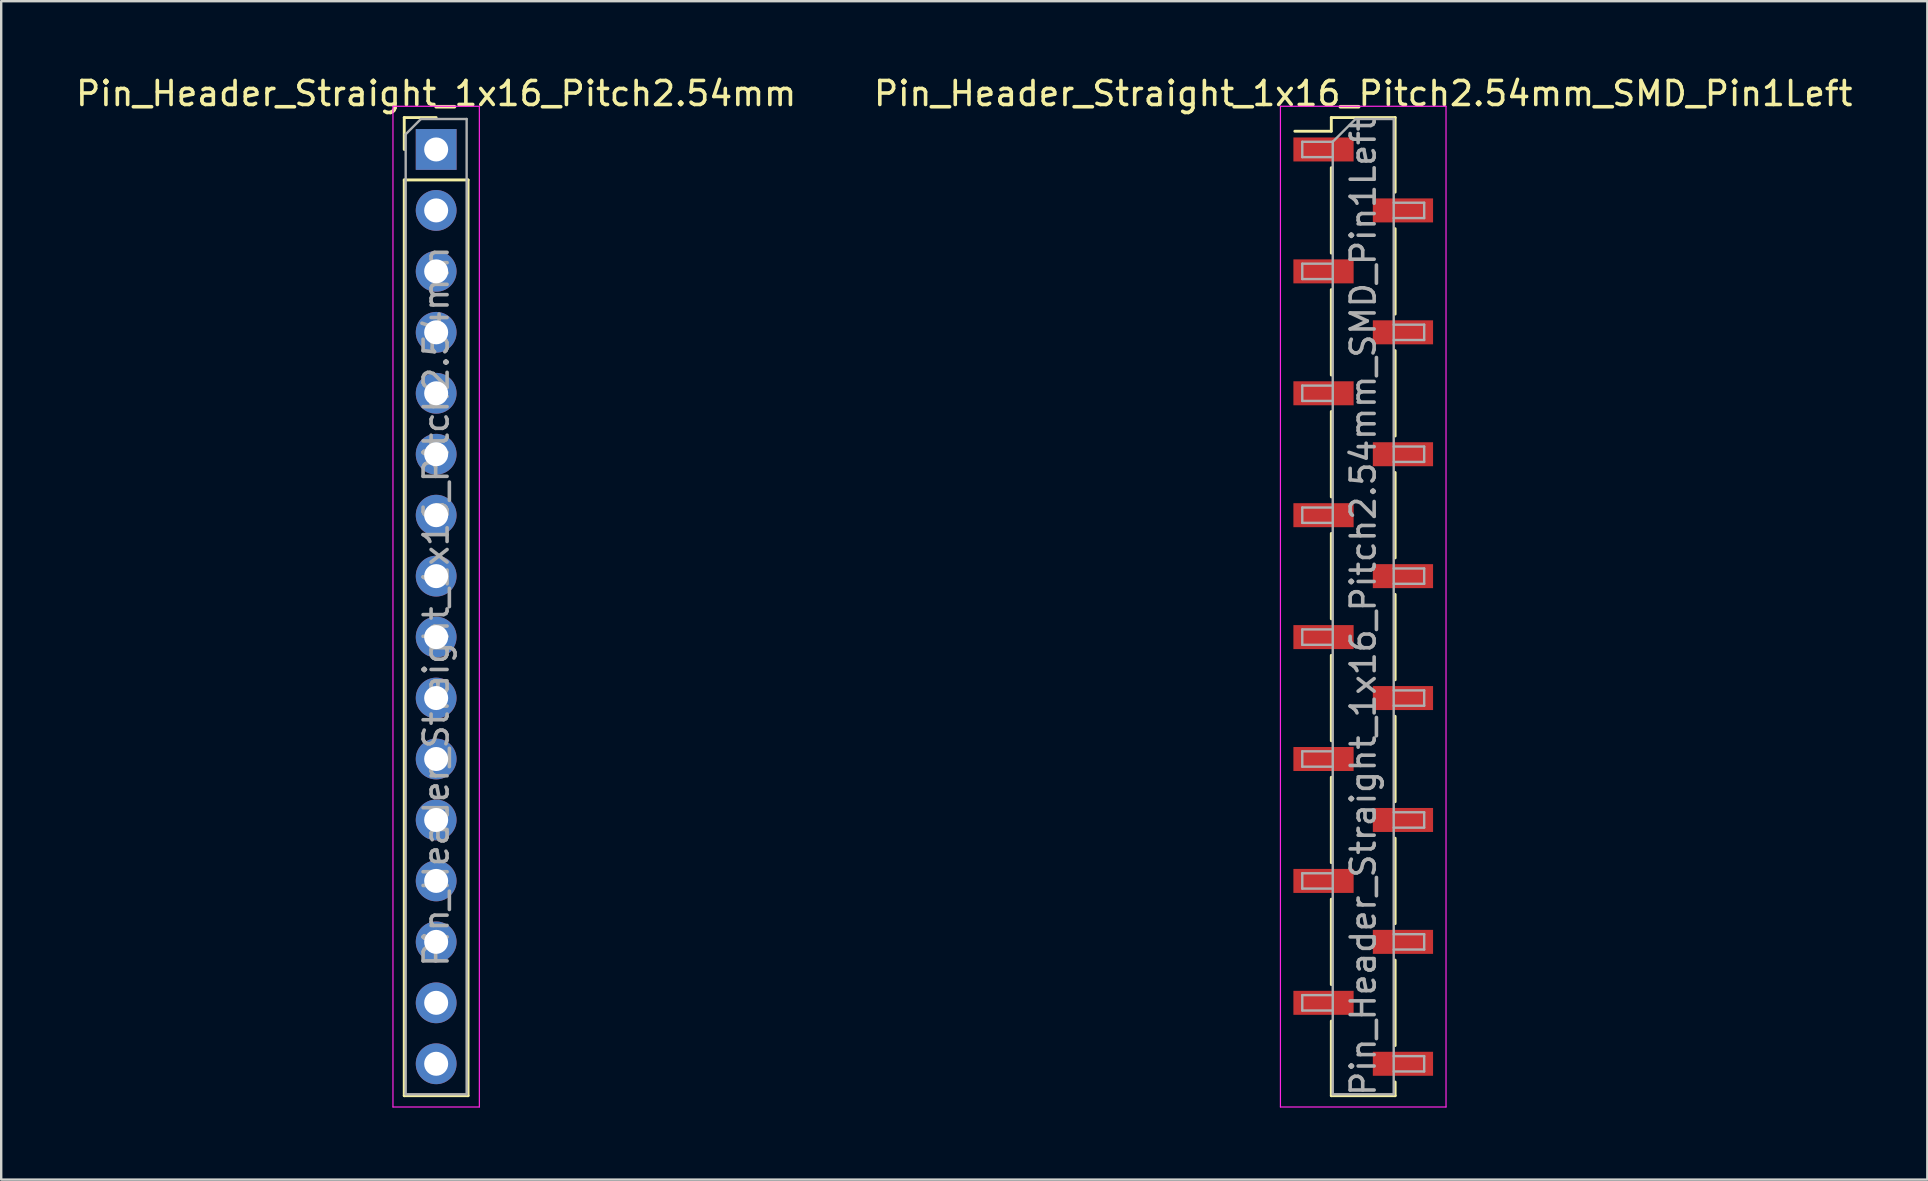
<source format=kicad_pcb>
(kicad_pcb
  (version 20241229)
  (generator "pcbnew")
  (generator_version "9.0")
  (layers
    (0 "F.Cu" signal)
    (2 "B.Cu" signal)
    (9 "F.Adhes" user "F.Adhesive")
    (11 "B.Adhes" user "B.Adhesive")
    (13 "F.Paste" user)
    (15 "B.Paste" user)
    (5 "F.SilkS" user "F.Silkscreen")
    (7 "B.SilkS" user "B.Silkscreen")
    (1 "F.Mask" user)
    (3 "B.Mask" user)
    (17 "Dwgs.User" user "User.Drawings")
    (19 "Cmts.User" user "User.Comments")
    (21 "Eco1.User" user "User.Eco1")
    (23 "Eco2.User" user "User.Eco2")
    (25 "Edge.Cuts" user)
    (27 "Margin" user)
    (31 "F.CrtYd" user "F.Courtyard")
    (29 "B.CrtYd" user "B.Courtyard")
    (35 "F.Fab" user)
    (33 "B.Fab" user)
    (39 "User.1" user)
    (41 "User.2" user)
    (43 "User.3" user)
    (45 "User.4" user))
  (footprint "Pin_Header_Straight_1x16_Pitch2.54mm_SMD_Pin1Left"
    (layer "F.Cu")
    (at 53.756 22.228)
    (property "Reference" "Pin_Header_Straight_1x16_Pitch2.54mm_SMD_Pin1Left" (at 0 -21.38 0) (layer "F.SilkS") (effects (font (size 1 1) (thickness 0.15))))
    (attr smd)
    (fp_line (start -1.33 -20.38) (end -1.33 -19.81) (stroke (width 0.12) (type solid)) (layer "F.SilkS"))
    (fp_line (start -1.33 -20.38) (end 1.33 -20.38) (stroke (width 0.12) (type solid)) (layer "F.SilkS"))
    (fp_line (start -1.33 -19.81) (end -2.85 -19.81) (stroke (width 0.12) (type solid)) (layer "F.SilkS"))
    (fp_line (start -1.33 -18.29) (end -1.33 -14.73) (stroke (width 0.12) (type solid)) (layer "F.SilkS"))
    (fp_line (start -1.33 -13.21) (end -1.33 -9.65) (stroke (width 0.12) (type solid)) (layer "F.SilkS"))
    (fp_line (start -1.33 -8.13) (end -1.33 -4.57) (stroke (width 0.12) (type solid)) (layer "F.SilkS"))
    (fp_line (start -1.33 -3.05) (end -1.33 0.51) (stroke (width 0.12) (type solid)) (layer "F.SilkS"))
    (fp_line (start -1.33 2.03) (end -1.33 5.59) (stroke (width 0.12) (type solid)) (layer "F.SilkS"))
    (fp_line (start -1.33 7.11) (end -1.33 10.67) (stroke (width 0.12) (type solid)) (layer "F.SilkS"))
    (fp_line (start -1.33 12.19) (end -1.33 15.75) (stroke (width 0.12) (type solid)) (layer "F.SilkS"))
    (fp_line (start -1.33 17.27) (end -1.33 20.38) (stroke (width 0.12) (type solid)) (layer "F.SilkS"))
    (fp_line (start -1.33 20.38) (end 1.33 20.38) (stroke (width 0.12) (type solid)) (layer "F.SilkS"))
    (fp_line (start 1.33 -20.38) (end 1.33 -17.27) (stroke (width 0.12) (type solid)) (layer "F.SilkS"))
    (fp_line (start 1.33 -15.75) (end 1.33 -12.19) (stroke (width 0.12) (type solid)) (layer "F.SilkS"))
    (fp_line (start 1.33 -10.67) (end 1.33 -7.11) (stroke (width 0.12) (type solid)) (layer "F.SilkS"))
    (fp_line (start 1.33 -5.59) (end 1.33 -2.03) (stroke (width 0.12) (type solid)) (layer "F.SilkS"))
    (fp_line (start 1.33 -0.51) (end 1.33 3.05) (stroke (width 0.12) (type solid)) (layer "F.SilkS"))
    (fp_line (start 1.33 4.57) (end 1.33 8.13) (stroke (width 0.12) (type solid)) (layer "F.SilkS"))
    (fp_line (start 1.33 9.65) (end 1.33 13.21) (stroke (width 0.12) (type solid)) (layer "F.SilkS"))
    (fp_line (start 1.33 14.73) (end 1.33 18.29) (stroke (width 0.12) (type solid)) (layer "F.SilkS"))
    (fp_line (start 1.33 19.81) (end 1.33 20.38) (stroke (width 0.12) (type solid)) (layer "F.SilkS"))
    (fp_line (start -3.45 -20.85) (end -3.45 20.85) (stroke (width 0.05) (type solid)) (layer "F.CrtYd"))
    (fp_line (start -3.45 20.85) (end 3.45 20.85) (stroke (width 0.05) (type solid)) (layer "F.CrtYd"))
    (fp_line (start 3.45 -20.85) (end -3.45 -20.85) (stroke (width 0.05) (type solid)) (layer "F.CrtYd"))
    (fp_line (start 3.45 20.85) (end 3.45 -20.85) (stroke (width 0.05) (type solid)) (layer "F.CrtYd"))
    (fp_line (start -2.54 -19.37) (end -2.54 -18.73) (stroke (width 0.1) (type solid)) (layer "F.Fab"))
    (fp_line (start -2.54 -18.73) (end -1.27 -18.73) (stroke (width 0.1) (type solid)) (layer "F.Fab"))
    (fp_line (start -2.54 -14.29) (end -2.54 -13.65) (stroke (width 0.1) (type solid)) (layer "F.Fab"))
    (fp_line (start -2.54 -13.65) (end -1.27 -13.65) (stroke (width 0.1) (type solid)) (layer "F.Fab"))
    (fp_line (start -2.54 -9.21) (end -2.54 -8.57) (stroke (width 0.1) (type solid)) (layer "F.Fab"))
    (fp_line (start -2.54 -8.57) (end -1.27 -8.57) (stroke (width 0.1) (type solid)) (layer "F.Fab"))
    (fp_line (start -2.54 -4.13) (end -2.54 -3.49) (stroke (width 0.1) (type solid)) (layer "F.Fab"))
    (fp_line (start -2.54 -3.49) (end -1.27 -3.49) (stroke (width 0.1) (type solid)) (layer "F.Fab"))
    (fp_line (start -2.54 0.95) (end -2.54 1.59) (stroke (width 0.1) (type solid)) (layer "F.Fab"))
    (fp_line (start -2.54 1.59) (end -1.27 1.59) (stroke (width 0.1) (type solid)) (layer "F.Fab"))
    (fp_line (start -2.54 6.03) (end -2.54 6.67) (stroke (width 0.1) (type solid)) (layer "F.Fab"))
    (fp_line (start -2.54 6.67) (end -1.27 6.67) (stroke (width 0.1) (type solid)) (layer "F.Fab"))
    (fp_line (start -2.54 11.11) (end -2.54 11.75) (stroke (width 0.1) (type solid)) (layer "F.Fab"))
    (fp_line (start -2.54 11.75) (end -1.27 11.75) (stroke (width 0.1) (type solid)) (layer "F.Fab"))
    (fp_line (start -2.54 16.19) (end -2.54 16.83) (stroke (width 0.1) (type solid)) (layer "F.Fab"))
    (fp_line (start -2.54 16.83) (end -1.27 16.83) (stroke (width 0.1) (type solid)) (layer "F.Fab"))
    (fp_line (start -1.27 -19.37) (end -2.54 -19.37) (stroke (width 0.1) (type solid)) (layer "F.Fab"))
    (fp_line (start -1.27 -19.37) (end -0.32 -20.32) (stroke (width 0.1) (type solid)) (layer "F.Fab"))
    (fp_line (start -1.27 -14.29) (end -2.54 -14.29) (stroke (width 0.1) (type solid)) (layer "F.Fab"))
    (fp_line (start -1.27 -9.21) (end -2.54 -9.21) (stroke (width 0.1) (type solid)) (layer "F.Fab"))
    (fp_line (start -1.27 -4.13) (end -2.54 -4.13) (stroke (width 0.1) (type solid)) (layer "F.Fab"))
    (fp_line (start -1.27 0.95) (end -2.54 0.95) (stroke (width 0.1) (type solid)) (layer "F.Fab"))
    (fp_line (start -1.27 6.03) (end -2.54 6.03) (stroke (width 0.1) (type solid)) (layer "F.Fab"))
    (fp_line (start -1.27 11.11) (end -2.54 11.11) (stroke (width 0.1) (type solid)) (layer "F.Fab"))
    (fp_line (start -1.27 16.19) (end -2.54 16.19) (stroke (width 0.1) (type solid)) (layer "F.Fab"))
    (fp_line (start -1.27 20.32) (end -1.27 -19.37) (stroke (width 0.1) (type solid)) (layer "F.Fab"))
    (fp_line (start -0.32 -20.32) (end 1.27 -20.32) (stroke (width 0.1) (type solid)) (layer "F.Fab"))
    (fp_line (start 1.27 -20.32) (end 1.27 20.32) (stroke (width 0.1) (type solid)) (layer "F.Fab"))
    (fp_line (start 1.27 -16.83) (end 2.54 -16.83) (stroke (width 0.1) (type solid)) (layer "F.Fab"))
    (fp_line (start 1.27 -11.75) (end 2.54 -11.75) (stroke (width 0.1) (type solid)) (layer "F.Fab"))
    (fp_line (start 1.27 -6.67) (end 2.54 -6.67) (stroke (width 0.1) (type solid)) (layer "F.Fab"))
    (fp_line (start 1.27 -1.59) (end 2.54 -1.59) (stroke (width 0.1) (type solid)) (layer "F.Fab"))
    (fp_line (start 1.27 3.49) (end 2.54 3.49) (stroke (width 0.1) (type solid)) (layer "F.Fab"))
    (fp_line (start 1.27 8.57) (end 2.54 8.57) (stroke (width 0.1) (type solid)) (layer "F.Fab"))
    (fp_line (start 1.27 13.65) (end 2.54 13.65) (stroke (width 0.1) (type solid)) (layer "F.Fab"))
    (fp_line (start 1.27 18.73) (end 2.54 18.73) (stroke (width 0.1) (type solid)) (layer "F.Fab"))
    (fp_line (start 1.27 20.32) (end -1.27 20.32) (stroke (width 0.1) (type solid)) (layer "F.Fab"))
    (fp_line (start 2.54 -16.83) (end 2.54 -16.19) (stroke (width 0.1) (type solid)) (layer "F.Fab"))
    (fp_line (start 2.54 -16.19) (end 1.27 -16.19) (stroke (width 0.1) (type solid)) (layer "F.Fab"))
    (fp_line (start 2.54 -11.75) (end 2.54 -11.11) (stroke (width 0.1) (type solid)) (layer "F.Fab"))
    (fp_line (start 2.54 -11.11) (end 1.27 -11.11) (stroke (width 0.1) (type solid)) (layer "F.Fab"))
    (fp_line (start 2.54 -6.67) (end 2.54 -6.03) (stroke (width 0.1) (type solid)) (layer "F.Fab"))
    (fp_line (start 2.54 -6.03) (end 1.27 -6.03) (stroke (width 0.1) (type solid)) (layer "F.Fab"))
    (fp_line (start 2.54 -1.59) (end 2.54 -0.95) (stroke (width 0.1) (type solid)) (layer "F.Fab"))
    (fp_line (start 2.54 -0.95) (end 1.27 -0.95) (stroke (width 0.1) (type solid)) (layer "F.Fab"))
    (fp_line (start 2.54 3.49) (end 2.54 4.13) (stroke (width 0.1) (type solid)) (layer "F.Fab"))
    (fp_line (start 2.54 4.13) (end 1.27 4.13) (stroke (width 0.1) (type solid)) (layer "F.Fab"))
    (fp_line (start 2.54 8.57) (end 2.54 9.21) (stroke (width 0.1) (type solid)) (layer "F.Fab"))
    (fp_line (start 2.54 9.21) (end 1.27 9.21) (stroke (width 0.1) (type solid)) (layer "F.Fab"))
    (fp_line (start 2.54 13.65) (end 2.54 14.29) (stroke (width 0.1) (type solid)) (layer "F.Fab"))
    (fp_line (start 2.54 14.29) (end 1.27 14.29) (stroke (width 0.1) (type solid)) (layer "F.Fab"))
    (fp_line (start 2.54 18.73) (end 2.54 19.37) (stroke (width 0.1) (type solid)) (layer "F.Fab"))
    (fp_line (start 2.54 19.37) (end 1.27 19.37) (stroke (width 0.1) (type solid)) (layer "F.Fab"))
    (fp_text user "${REFERENCE}" (at 0 0 90) (layer "F.Fab") (effects (font (size 1 1) (thickness 0.15))))
    (pad "1" smd rect (at -1.655 -19.05) (size 2.51 1) (layers "F.Cu" "F.Mask" "F.Paste"))
    (pad "2" smd rect (at 1.655 -16.51) (size 2.51 1) (layers "F.Cu" "F.Mask" "F.Paste"))
    (pad "3" smd rect (at -1.655 -13.97) (size 2.51 1) (layers "F.Cu" "F.Mask" "F.Paste"))
    (pad "4" smd rect (at 1.655 -11.43) (size 2.51 1) (layers "F.Cu" "F.Mask" "F.Paste"))
    (pad "5" smd rect (at -1.655 -8.89) (size 2.51 1) (layers "F.Cu" "F.Mask" "F.Paste"))
    (pad "6" smd rect (at 1.655 -6.35) (size 2.51 1) (layers "F.Cu" "F.Mask" "F.Paste"))
    (pad "7" smd rect (at -1.655 -3.81) (size 2.51 1) (layers "F.Cu" "F.Mask" "F.Paste"))
    (pad "8" smd rect (at 1.655 -1.27) (size 2.51 1) (layers "F.Cu" "F.Mask" "F.Paste"))
    (pad "9" smd rect (at -1.655 1.27) (size 2.51 1) (layers "F.Cu" "F.Mask" "F.Paste"))
    (pad "10" smd rect (at 1.655 3.81) (size 2.51 1) (layers "F.Cu" "F.Mask" "F.Paste"))
    (pad "11" smd rect (at -1.655 6.35) (size 2.51 1) (layers "F.Cu" "F.Mask" "F.Paste"))
    (pad "12" smd rect (at 1.655 8.89) (size 2.51 1) (layers "F.Cu" "F.Mask" "F.Paste"))
    (pad "13" smd rect (at -1.655 11.43) (size 2.51 1) (layers "F.Cu" "F.Mask" "F.Paste"))
    (pad "14" smd rect (at 1.655 13.97) (size 2.51 1) (layers "F.Cu" "F.Mask" "F.Paste"))
    (pad "15" smd rect (at -1.655 16.51) (size 2.51 1) (layers "F.Cu" "F.Mask" "F.Paste"))
    (pad "16" smd rect (at 1.655 19.05) (size 2.51 1) (layers "F.Cu" "F.Mask" "F.Paste")))
  (footprint "Pin_Header_Straight_1x16_Pitch2.54mm"
    (layer "F.Cu")
    (at 15.125 3.178)
    (property "Reference" "Pin_Header_Straight_1x16_Pitch2.54mm" (at 0 -2.33 0) (layer "F.SilkS") (effects (font (size 1 1) (thickness 0.15))))
    (attr through_hole)
    (fp_line (start -1.33 -1.33) (end 0 -1.33) (stroke (width 0.12) (type solid)) (layer "F.SilkS"))
    (fp_line (start -1.33 0) (end -1.33 -1.33) (stroke (width 0.12) (type solid)) (layer "F.SilkS"))
    (fp_line (start -1.33 1.27) (end -1.33 39.43) (stroke (width 0.12) (type solid)) (layer "F.SilkS"))
    (fp_line (start -1.33 1.27) (end 1.33 1.27) (stroke (width 0.12) (type solid)) (layer "F.SilkS"))
    (fp_line (start -1.33 39.43) (end 1.33 39.43) (stroke (width 0.12) (type solid)) (layer "F.SilkS"))
    (fp_line (start 1.33 1.27) (end 1.33 39.43) (stroke (width 0.12) (type solid)) (layer "F.SilkS"))
    (fp_line (start -1.8 -1.8) (end -1.8 39.9) (stroke (width 0.05) (type solid)) (layer "F.CrtYd"))
    (fp_line (start -1.8 39.9) (end 1.8 39.9) (stroke (width 0.05) (type solid)) (layer "F.CrtYd"))
    (fp_line (start 1.8 -1.8) (end -1.8 -1.8) (stroke (width 0.05) (type solid)) (layer "F.CrtYd"))
    (fp_line (start 1.8 39.9) (end 1.8 -1.8) (stroke (width 0.05) (type solid)) (layer "F.CrtYd"))
    (fp_line (start -1.27 -0.635) (end -0.635 -1.27) (stroke (width 0.1) (type solid)) (layer "F.Fab"))
    (fp_line (start -1.27 39.37) (end -1.27 -0.635) (stroke (width 0.1) (type solid)) (layer "F.Fab"))
    (fp_line (start -0.635 -1.27) (end 1.27 -1.27) (stroke (width 0.1) (type solid)) (layer "F.Fab"))
    (fp_line (start 1.27 -1.27) (end 1.27 39.37) (stroke (width 0.1) (type solid)) (layer "F.Fab"))
    (fp_line (start 1.27 39.37) (end -1.27 39.37) (stroke (width 0.1) (type solid)) (layer "F.Fab"))
    (fp_text user "${REFERENCE}" (at 0 19.05 90) (layer "F.Fab") (effects (font (size 1 1) (thickness 0.15))))
    (pad "1" thru_hole rect (at 0 0) (size 1.7 1.7) (drill 1) (layers "*.Cu" "*.Mask"))
    (pad "2" thru_hole oval (at 0 2.54) (size 1.7 1.7) (drill 1) (layers "*.Cu" "*.Mask"))
    (pad "3" thru_hole oval (at 0 5.08) (size 1.7 1.7) (drill 1) (layers "*.Cu" "*.Mask"))
    (pad "4" thru_hole oval (at 0 7.62) (size 1.7 1.7) (drill 1) (layers "*.Cu" "*.Mask"))
    (pad "5" thru_hole oval (at 0 10.16) (size 1.7 1.7) (drill 1) (layers "*.Cu" "*.Mask"))
    (pad "6" thru_hole oval (at 0 12.7) (size 1.7 1.7) (drill 1) (layers "*.Cu" "*.Mask"))
    (pad "7" thru_hole oval (at 0 15.24) (size 1.7 1.7) (drill 1) (layers "*.Cu" "*.Mask"))
    (pad "8" thru_hole oval (at 0 17.78) (size 1.7 1.7) (drill 1) (layers "*.Cu" "*.Mask"))
    (pad "9" thru_hole oval (at 0 20.32) (size 1.7 1.7) (drill 1) (layers "*.Cu" "*.Mask"))
    (pad "10" thru_hole oval (at 0 22.86) (size 1.7 1.7) (drill 1) (layers "*.Cu" "*.Mask"))
    (pad "11" thru_hole oval (at 0 25.4) (size 1.7 1.7) (drill 1) (layers "*.Cu" "*.Mask"))
    (pad "12" thru_hole oval (at 0 27.94) (size 1.7 1.7) (drill 1) (layers "*.Cu" "*.Mask"))
    (pad "13" thru_hole oval (at 0 30.48) (size 1.7 1.7) (drill 1) (layers "*.Cu" "*.Mask"))
    (pad "14" thru_hole oval (at 0 33.02) (size 1.7 1.7) (drill 1) (layers "*.Cu" "*.Mask"))
    (pad "15" thru_hole oval (at 0 35.56) (size 1.7 1.7) (drill 1) (layers "*.Cu" "*.Mask"))
    (pad "16" thru_hole oval (at 0 38.1) (size 1.7 1.7) (drill 1) (layers "*.Cu" "*.Mask")))
  (gr_rect
    (start -3 -3)
    (end 77.262 46.103)
    (stroke (width 0.1) (type default))
    (fill no)
    (layer "Edge.Cuts")))
</source>
